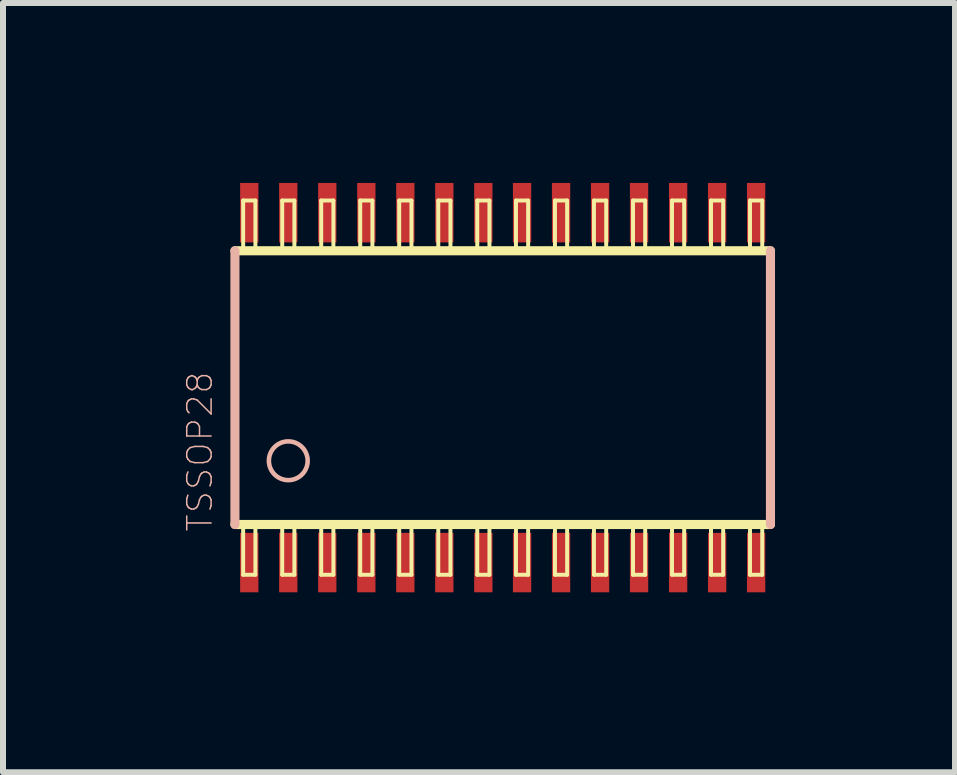
<source format=kicad_pcb>
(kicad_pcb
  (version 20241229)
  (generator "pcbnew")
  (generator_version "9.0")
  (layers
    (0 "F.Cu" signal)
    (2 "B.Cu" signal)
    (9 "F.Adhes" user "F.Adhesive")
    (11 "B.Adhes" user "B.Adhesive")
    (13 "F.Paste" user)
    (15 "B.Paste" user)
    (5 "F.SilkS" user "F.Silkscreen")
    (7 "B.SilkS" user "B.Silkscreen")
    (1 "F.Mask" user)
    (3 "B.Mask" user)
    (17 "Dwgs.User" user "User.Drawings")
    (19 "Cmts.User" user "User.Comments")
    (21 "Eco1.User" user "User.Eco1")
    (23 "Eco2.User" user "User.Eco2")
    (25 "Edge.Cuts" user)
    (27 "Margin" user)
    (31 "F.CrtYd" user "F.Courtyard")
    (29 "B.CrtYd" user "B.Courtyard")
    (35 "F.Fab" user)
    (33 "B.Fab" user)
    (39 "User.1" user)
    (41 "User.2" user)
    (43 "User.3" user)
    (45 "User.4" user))
  (footprint "TSSOP28"
    (layer "F.Cu")
    (at 5.329 3.411)
    (property "Reference" "TSSOP28" (at -5.047 1.067 90) (layer "B.SilkS") (effects (font (size 0.406 0.406) (thickness 0.025))))
    (attr smd)
    (fp_line (start -4.463 2.281) (end 4.463 2.281) (stroke (width 0.152) (type solid)) (layer "F.SilkS"))
    (fp_line (start -4.326 -3.119) (end -4.122 -3.119) (stroke (width 0.066) (type solid)) (layer "F.SilkS"))
    (fp_line (start -4.326 -2.281) (end -4.326 -3.119) (stroke (width 0.066) (type solid)) (layer "F.SilkS"))
    (fp_line (start -4.326 -2.281) (end -4.122 -2.281) (stroke (width 0.066) (type solid)) (layer "F.SilkS"))
    (fp_line (start -4.326 2.281) (end -4.122 2.281) (stroke (width 0.066) (type solid)) (layer "F.SilkS"))
    (fp_line (start -4.326 3.119) (end -4.326 2.281) (stroke (width 0.066) (type solid)) (layer "F.SilkS"))
    (fp_line (start -4.326 3.119) (end -4.122 3.119) (stroke (width 0.066) (type solid)) (layer "F.SilkS"))
    (fp_line (start -4.122 -2.281) (end -4.122 -3.119) (stroke (width 0.066) (type solid)) (layer "F.SilkS"))
    (fp_line (start -4.122 3.119) (end -4.122 2.281) (stroke (width 0.066) (type solid)) (layer "F.SilkS"))
    (fp_line (start -3.675 -3.119) (end -3.472 -3.119) (stroke (width 0.066) (type solid)) (layer "F.SilkS"))
    (fp_line (start -3.675 -2.281) (end -3.675 -3.119) (stroke (width 0.066) (type solid)) (layer "F.SilkS"))
    (fp_line (start -3.675 -2.281) (end -3.472 -2.281) (stroke (width 0.066) (type solid)) (layer "F.SilkS"))
    (fp_line (start -3.675 2.281) (end -3.472 2.281) (stroke (width 0.066) (type solid)) (layer "F.SilkS"))
    (fp_line (start -3.675 3.119) (end -3.675 2.281) (stroke (width 0.066) (type solid)) (layer "F.SilkS"))
    (fp_line (start -3.675 3.119) (end -3.472 3.119) (stroke (width 0.066) (type solid)) (layer "F.SilkS"))
    (fp_line (start -3.472 -2.281) (end -3.472 -3.119) (stroke (width 0.066) (type solid)) (layer "F.SilkS"))
    (fp_line (start -3.472 3.119) (end -3.472 2.281) (stroke (width 0.066) (type solid)) (layer "F.SilkS"))
    (fp_line (start -3.025 -3.119) (end -2.822 -3.119) (stroke (width 0.066) (type solid)) (layer "F.SilkS"))
    (fp_line (start -3.025 -2.281) (end -3.025 -3.119) (stroke (width 0.066) (type solid)) (layer "F.SilkS"))
    (fp_line (start -3.025 -2.281) (end -2.822 -2.281) (stroke (width 0.066) (type solid)) (layer "F.SilkS"))
    (fp_line (start -3.025 2.281) (end -2.822 2.281) (stroke (width 0.066) (type solid)) (layer "F.SilkS"))
    (fp_line (start -3.025 3.119) (end -3.025 2.281) (stroke (width 0.066) (type solid)) (layer "F.SilkS"))
    (fp_line (start -3.025 3.119) (end -2.822 3.119) (stroke (width 0.066) (type solid)) (layer "F.SilkS"))
    (fp_line (start -2.822 -2.281) (end -2.822 -3.119) (stroke (width 0.066) (type solid)) (layer "F.SilkS"))
    (fp_line (start -2.822 3.119) (end -2.822 2.281) (stroke (width 0.066) (type solid)) (layer "F.SilkS"))
    (fp_line (start -2.375 -3.119) (end -2.172 -3.119) (stroke (width 0.066) (type solid)) (layer "F.SilkS"))
    (fp_line (start -2.375 -2.281) (end -2.375 -3.119) (stroke (width 0.066) (type solid)) (layer "F.SilkS"))
    (fp_line (start -2.375 -2.281) (end -2.172 -2.281) (stroke (width 0.066) (type solid)) (layer "F.SilkS"))
    (fp_line (start -2.375 2.281) (end -2.172 2.281) (stroke (width 0.066) (type solid)) (layer "F.SilkS"))
    (fp_line (start -2.375 3.119) (end -2.375 2.281) (stroke (width 0.066) (type solid)) (layer "F.SilkS"))
    (fp_line (start -2.375 3.119) (end -2.172 3.119) (stroke (width 0.066) (type solid)) (layer "F.SilkS"))
    (fp_line (start -2.172 -2.281) (end -2.172 -3.119) (stroke (width 0.066) (type solid)) (layer "F.SilkS"))
    (fp_line (start -2.172 3.119) (end -2.172 2.281) (stroke (width 0.066) (type solid)) (layer "F.SilkS"))
    (fp_line (start -1.725 -3.119) (end -1.521 -3.119) (stroke (width 0.066) (type solid)) (layer "F.SilkS"))
    (fp_line (start -1.725 -2.281) (end -1.725 -3.119) (stroke (width 0.066) (type solid)) (layer "F.SilkS"))
    (fp_line (start -1.725 -2.281) (end -1.521 -2.281) (stroke (width 0.066) (type solid)) (layer "F.SilkS"))
    (fp_line (start -1.725 2.281) (end -1.521 2.281) (stroke (width 0.066) (type solid)) (layer "F.SilkS"))
    (fp_line (start -1.725 3.119) (end -1.725 2.281) (stroke (width 0.066) (type solid)) (layer "F.SilkS"))
    (fp_line (start -1.725 3.119) (end -1.521 3.119) (stroke (width 0.066) (type solid)) (layer "F.SilkS"))
    (fp_line (start -1.521 -2.281) (end -1.521 -3.119) (stroke (width 0.066) (type solid)) (layer "F.SilkS"))
    (fp_line (start -1.521 3.119) (end -1.521 2.281) (stroke (width 0.066) (type solid)) (layer "F.SilkS"))
    (fp_line (start -1.074 -3.119) (end -0.871 -3.119) (stroke (width 0.066) (type solid)) (layer "F.SilkS"))
    (fp_line (start -1.074 -2.281) (end -1.074 -3.119) (stroke (width 0.066) (type solid)) (layer "F.SilkS"))
    (fp_line (start -1.074 -2.281) (end -0.871 -2.281) (stroke (width 0.066) (type solid)) (layer "F.SilkS"))
    (fp_line (start -1.074 2.281) (end -0.871 2.281) (stroke (width 0.066) (type solid)) (layer "F.SilkS"))
    (fp_line (start -1.074 3.119) (end -1.074 2.281) (stroke (width 0.066) (type solid)) (layer "F.SilkS"))
    (fp_line (start -1.074 3.119) (end -0.871 3.119) (stroke (width 0.066) (type solid)) (layer "F.SilkS"))
    (fp_line (start -0.871 -2.281) (end -0.871 -3.119) (stroke (width 0.066) (type solid)) (layer "F.SilkS"))
    (fp_line (start -0.871 3.119) (end -0.871 2.281) (stroke (width 0.066) (type solid)) (layer "F.SilkS"))
    (fp_line (start -0.424 -3.119) (end -0.221 -3.119) (stroke (width 0.066) (type solid)) (layer "F.SilkS"))
    (fp_line (start -0.424 -2.281) (end -0.424 -3.119) (stroke (width 0.066) (type solid)) (layer "F.SilkS"))
    (fp_line (start -0.424 -2.281) (end -0.221 -2.281) (stroke (width 0.066) (type solid)) (layer "F.SilkS"))
    (fp_line (start -0.424 2.281) (end -0.221 2.281) (stroke (width 0.066) (type solid)) (layer "F.SilkS"))
    (fp_line (start -0.424 3.119) (end -0.424 2.281) (stroke (width 0.066) (type solid)) (layer "F.SilkS"))
    (fp_line (start -0.424 3.119) (end -0.221 3.119) (stroke (width 0.066) (type solid)) (layer "F.SilkS"))
    (fp_line (start -0.221 -2.281) (end -0.221 -3.119) (stroke (width 0.066) (type solid)) (layer "F.SilkS"))
    (fp_line (start -0.221 3.119) (end -0.221 2.281) (stroke (width 0.066) (type solid)) (layer "F.SilkS"))
    (fp_line (start 0.221 -3.119) (end 0.424 -3.119) (stroke (width 0.066) (type solid)) (layer "F.SilkS"))
    (fp_line (start 0.221 -2.281) (end 0.221 -3.119) (stroke (width 0.066) (type solid)) (layer "F.SilkS"))
    (fp_line (start 0.221 -2.281) (end 0.424 -2.281) (stroke (width 0.066) (type solid)) (layer "F.SilkS"))
    (fp_line (start 0.221 2.281) (end 0.424 2.281) (stroke (width 0.066) (type solid)) (layer "F.SilkS"))
    (fp_line (start 0.221 3.119) (end 0.221 2.281) (stroke (width 0.066) (type solid)) (layer "F.SilkS"))
    (fp_line (start 0.221 3.119) (end 0.424 3.119) (stroke (width 0.066) (type solid)) (layer "F.SilkS"))
    (fp_line (start 0.424 -2.281) (end 0.424 -3.119) (stroke (width 0.066) (type solid)) (layer "F.SilkS"))
    (fp_line (start 0.424 3.119) (end 0.424 2.281) (stroke (width 0.066) (type solid)) (layer "F.SilkS"))
    (fp_line (start 0.871 -3.119) (end 1.074 -3.119) (stroke (width 0.066) (type solid)) (layer "F.SilkS"))
    (fp_line (start 0.871 -2.281) (end 0.871 -3.119) (stroke (width 0.066) (type solid)) (layer "F.SilkS"))
    (fp_line (start 0.871 -2.281) (end 1.074 -2.281) (stroke (width 0.066) (type solid)) (layer "F.SilkS"))
    (fp_line (start 0.871 2.281) (end 1.074 2.281) (stroke (width 0.066) (type solid)) (layer "F.SilkS"))
    (fp_line (start 0.871 3.119) (end 0.871 2.281) (stroke (width 0.066) (type solid)) (layer "F.SilkS"))
    (fp_line (start 0.871 3.119) (end 1.074 3.119) (stroke (width 0.066) (type solid)) (layer "F.SilkS"))
    (fp_line (start 1.074 -2.281) (end 1.074 -3.119) (stroke (width 0.066) (type solid)) (layer "F.SilkS"))
    (fp_line (start 1.074 3.119) (end 1.074 2.281) (stroke (width 0.066) (type solid)) (layer "F.SilkS"))
    (fp_line (start 1.521 -3.119) (end 1.725 -3.119) (stroke (width 0.066) (type solid)) (layer "F.SilkS"))
    (fp_line (start 1.521 -2.281) (end 1.521 -3.119) (stroke (width 0.066) (type solid)) (layer "F.SilkS"))
    (fp_line (start 1.521 -2.281) (end 1.725 -2.281) (stroke (width 0.066) (type solid)) (layer "F.SilkS"))
    (fp_line (start 1.521 2.281) (end 1.725 2.281) (stroke (width 0.066) (type solid)) (layer "F.SilkS"))
    (fp_line (start 1.521 3.119) (end 1.521 2.281) (stroke (width 0.066) (type solid)) (layer "F.SilkS"))
    (fp_line (start 1.521 3.119) (end 1.725 3.119) (stroke (width 0.066) (type solid)) (layer "F.SilkS"))
    (fp_line (start 1.725 -2.281) (end 1.725 -3.119) (stroke (width 0.066) (type solid)) (layer "F.SilkS"))
    (fp_line (start 1.725 3.119) (end 1.725 2.281) (stroke (width 0.066) (type solid)) (layer "F.SilkS"))
    (fp_line (start 2.172 -3.119) (end 2.375 -3.119) (stroke (width 0.066) (type solid)) (layer "F.SilkS"))
    (fp_line (start 2.172 -2.281) (end 2.172 -3.119) (stroke (width 0.066) (type solid)) (layer "F.SilkS"))
    (fp_line (start 2.172 -2.281) (end 2.375 -2.281) (stroke (width 0.066) (type solid)) (layer "F.SilkS"))
    (fp_line (start 2.172 2.281) (end 2.375 2.281) (stroke (width 0.066) (type solid)) (layer "F.SilkS"))
    (fp_line (start 2.172 3.119) (end 2.172 2.281) (stroke (width 0.066) (type solid)) (layer "F.SilkS"))
    (fp_line (start 2.172 3.119) (end 2.375 3.119) (stroke (width 0.066) (type solid)) (layer "F.SilkS"))
    (fp_line (start 2.375 -2.281) (end 2.375 -3.119) (stroke (width 0.066) (type solid)) (layer "F.SilkS"))
    (fp_line (start 2.375 3.119) (end 2.375 2.281) (stroke (width 0.066) (type solid)) (layer "F.SilkS"))
    (fp_line (start 2.822 -3.119) (end 3.025 -3.119) (stroke (width 0.066) (type solid)) (layer "F.SilkS"))
    (fp_line (start 2.822 -2.281) (end 2.822 -3.119) (stroke (width 0.066) (type solid)) (layer "F.SilkS"))
    (fp_line (start 2.822 -2.281) (end 3.025 -2.281) (stroke (width 0.066) (type solid)) (layer "F.SilkS"))
    (fp_line (start 2.822 2.281) (end 3.025 2.281) (stroke (width 0.066) (type solid)) (layer "F.SilkS"))
    (fp_line (start 2.822 3.119) (end 2.822 2.281) (stroke (width 0.066) (type solid)) (layer "F.SilkS"))
    (fp_line (start 2.822 3.119) (end 3.025 3.119) (stroke (width 0.066) (type solid)) (layer "F.SilkS"))
    (fp_line (start 3.025 -2.281) (end 3.025 -3.119) (stroke (width 0.066) (type solid)) (layer "F.SilkS"))
    (fp_line (start 3.025 3.119) (end 3.025 2.281) (stroke (width 0.066) (type solid)) (layer "F.SilkS"))
    (fp_line (start 3.472 -3.119) (end 3.675 -3.119) (stroke (width 0.066) (type solid)) (layer "F.SilkS"))
    (fp_line (start 3.472 -2.281) (end 3.472 -3.119) (stroke (width 0.066) (type solid)) (layer "F.SilkS"))
    (fp_line (start 3.472 -2.281) (end 3.675 -2.281) (stroke (width 0.066) (type solid)) (layer "F.SilkS"))
    (fp_line (start 3.472 2.281) (end 3.675 2.281) (stroke (width 0.066) (type solid)) (layer "F.SilkS"))
    (fp_line (start 3.472 3.119) (end 3.472 2.281) (stroke (width 0.066) (type solid)) (layer "F.SilkS"))
    (fp_line (start 3.472 3.119) (end 3.675 3.119) (stroke (width 0.066) (type solid)) (layer "F.SilkS"))
    (fp_line (start 3.675 -2.281) (end 3.675 -3.119) (stroke (width 0.066) (type solid)) (layer "F.SilkS"))
    (fp_line (start 3.675 3.119) (end 3.675 2.281) (stroke (width 0.066) (type solid)) (layer "F.SilkS"))
    (fp_line (start 4.122 -3.119) (end 4.326 -3.119) (stroke (width 0.066) (type solid)) (layer "F.SilkS"))
    (fp_line (start 4.122 -2.281) (end 4.122 -3.119) (stroke (width 0.066) (type solid)) (layer "F.SilkS"))
    (fp_line (start 4.122 -2.281) (end 4.326 -2.281) (stroke (width 0.066) (type solid)) (layer "F.SilkS"))
    (fp_line (start 4.122 2.281) (end 4.326 2.281) (stroke (width 0.066) (type solid)) (layer "F.SilkS"))
    (fp_line (start 4.122 3.119) (end 4.122 2.281) (stroke (width 0.066) (type solid)) (layer "F.SilkS"))
    (fp_line (start 4.122 3.119) (end 4.326 3.119) (stroke (width 0.066) (type solid)) (layer "F.SilkS"))
    (fp_line (start 4.326 -2.281) (end 4.326 -3.119) (stroke (width 0.066) (type solid)) (layer "F.SilkS"))
    (fp_line (start 4.326 3.119) (end 4.326 2.281) (stroke (width 0.066) (type solid)) (layer "F.SilkS"))
    (fp_line (start 4.463 -2.281) (end -4.463 -2.281) (stroke (width 0.152) (type solid)) (layer "F.SilkS"))
    (fp_line (start -4.463 2.281) (end -4.463 -2.281) (stroke (width 0.152) (type solid)) (layer "B.SilkS"))
    (fp_line (start 4.463 -2.281) (end 4.463 2.281) (stroke (width 0.152) (type solid)) (layer "B.SilkS"))
    (fp_circle (center -3.574 1.219) (end -3.802 1.448) (stroke (width 0.076) (type solid)) (fill no) (layer "B.SilkS"))
    (pad "1" smd rect (at -4.224 2.916) (size 0.305 0.991) (layers "F.Cu" "F.Mask" "F.Paste"))
    (pad "2" smd rect (at -3.574 2.916) (size 0.305 0.991) (layers "F.Cu" "F.Mask" "F.Paste"))
    (pad "3" smd rect (at -2.924 2.916) (size 0.305 0.991) (layers "F.Cu" "F.Mask" "F.Paste"))
    (pad "4" smd rect (at -2.273 2.916) (size 0.305 0.991) (layers "F.Cu" "F.Mask" "F.Paste"))
    (pad "5" smd rect (at -1.623 2.916) (size 0.305 0.991) (layers "F.Cu" "F.Mask" "F.Paste"))
    (pad "6" smd rect (at -0.973 2.916) (size 0.305 0.991) (layers "F.Cu" "F.Mask" "F.Paste"))
    (pad "7" smd rect (at -0.323 2.916) (size 0.305 0.991) (layers "F.Cu" "F.Mask" "F.Paste"))
    (pad "8" smd rect (at 0.323 2.916) (size 0.305 0.991) (layers "F.Cu" "F.Mask" "F.Paste"))
    (pad "9" smd rect (at 0.973 2.916) (size 0.305 0.991) (layers "F.Cu" "F.Mask" "F.Paste"))
    (pad "10" smd rect (at 1.623 2.916) (size 0.305 0.991) (layers "F.Cu" "F.Mask" "F.Paste"))
    (pad "11" smd rect (at 2.273 2.916) (size 0.305 0.991) (layers "F.Cu" "F.Mask" "F.Paste"))
    (pad "12" smd rect (at 2.924 2.916) (size 0.305 0.991) (layers "F.Cu" "F.Mask" "F.Paste"))
    (pad "13" smd rect (at 3.574 2.916) (size 0.305 0.991) (layers "F.Cu" "F.Mask" "F.Paste"))
    (pad "14" smd rect (at 4.224 2.916) (size 0.305 0.991) (layers "F.Cu" "F.Mask" "F.Paste"))
    (pad "15" smd rect (at 4.224 -2.916) (size 0.305 0.991) (layers "F.Cu" "F.Mask" "F.Paste"))
    (pad "16" smd rect (at 3.574 -2.916) (size 0.305 0.991) (layers "F.Cu" "F.Mask" "F.Paste"))
    (pad "17" smd rect (at 2.924 -2.916) (size 0.305 0.991) (layers "F.Cu" "F.Mask" "F.Paste"))
    (pad "18" smd rect (at 2.273 -2.916) (size 0.305 0.991) (layers "F.Cu" "F.Mask" "F.Paste"))
    (pad "19" smd rect (at 1.623 -2.916) (size 0.305 0.991) (layers "F.Cu" "F.Mask" "F.Paste"))
    (pad "20" smd rect (at 0.973 -2.916) (size 0.305 0.991) (layers "F.Cu" "F.Mask" "F.Paste"))
    (pad "21" smd rect (at 0.323 -2.916) (size 0.305 0.991) (layers "F.Cu" "F.Mask" "F.Paste"))
    (pad "22" smd rect (at -0.323 -2.916) (size 0.305 0.991) (layers "F.Cu" "F.Mask" "F.Paste"))
    (pad "23" smd rect (at -0.973 -2.916) (size 0.305 0.991) (layers "F.Cu" "F.Mask" "F.Paste"))
    (pad "24" smd rect (at -1.623 -2.916) (size 0.305 0.991) (layers "F.Cu" "F.Mask" "F.Paste"))
    (pad "25" smd rect (at -2.273 -2.916) (size 0.305 0.991) (layers "F.Cu" "F.Mask" "F.Paste"))
    (pad "26" smd rect (at -2.924 -2.916) (size 0.305 0.991) (layers "F.Cu" "F.Mask" "F.Paste"))
    (pad "27" smd rect (at -3.574 -2.916) (size 0.305 0.991) (layers "F.Cu" "F.Mask" "F.Paste"))
    (pad "28" smd rect (at -4.224 -2.916) (size 0.305 0.991) (layers "F.Cu" "F.Mask" "F.Paste")))
  (gr_rect
    (start -3 -3)
    (end 12.868 9.822)
    (stroke (width 0.1) (type default))
    (fill no)
    (layer "Edge.Cuts")))
</source>
